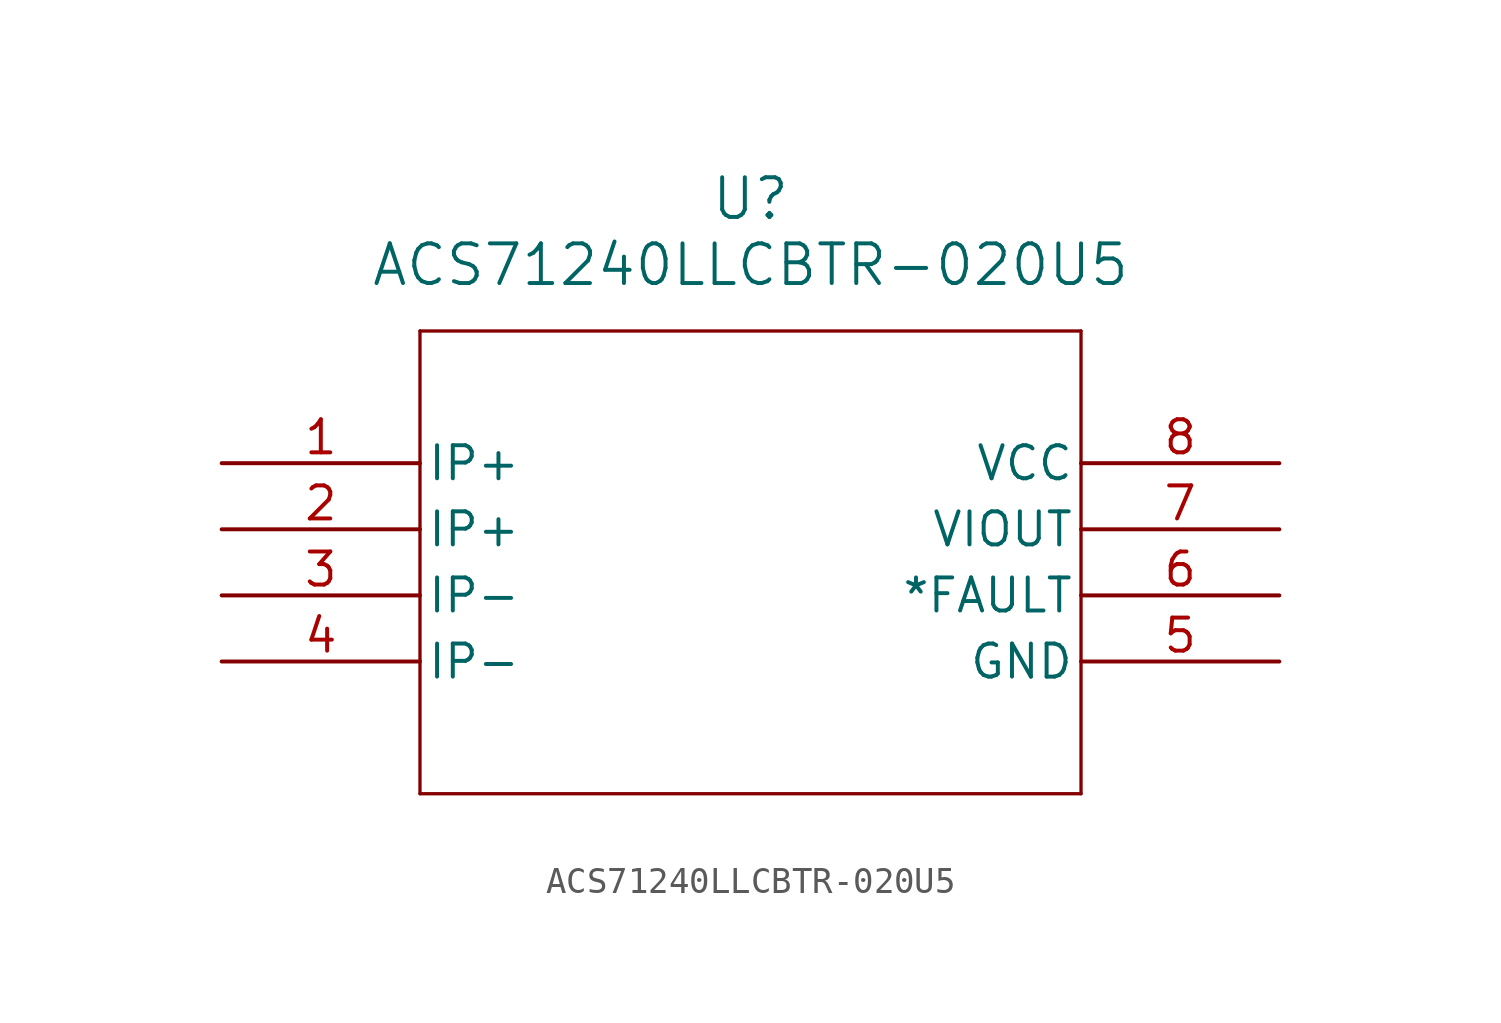
<source format=kicad_sym>
(kicad_symbol_lib
  (version 20211014)
  (generator kicad_symbol_editor)
  (symbol "ACS71240LLCBTR-020U5"
    (pin_names
      (offset 0.254))
    (property "Reference" "U"
      (at 20.32 10.16 0)
      (effects (font (size 1.524 1.524))))
    (property "Value" "ACS71240LLCBTR-020U5"
      (at 20.32 7.62 0)
      (effects (font (size 1.524 1.524))))
    (symbol "ACS71240LLCBTR-020U5_0_1"
      (polyline (pts (xy 7.62 5.08) (xy 7.62 -12.7)) (stroke (width 0.127) (type default) (color 0 0 0 0)) (fill (type none)))
      (polyline (pts (xy 7.62 -12.7) (xy 33.02 -12.7)) (stroke (width 0.127) (type default) (color 0 0 0 0)) (fill (type none)))
      (polyline (pts (xy 33.02 -12.7) (xy 33.02 5.08)) (stroke (width 0.127) (type default) (color 0 0 0 0)) (fill (type none)))
      (polyline (pts (xy 33.02 5.08) (xy 7.62 5.08)) (stroke (width 0.127) (type default) (color 0 0 0 0)) (fill (type none)))
      (pin unspecified line (at 0 0 0) (length 7.62) (name "IP+" (effects (font (size 1.27 1.27)))) (number "1" (effects (font (size 1.27 1.27)))))
      (pin unspecified line (at 0 -2.54 0) (length 7.62) (name "IP+" (effects (font (size 1.27 1.27)))) (number "2" (effects (font (size 1.27 1.27)))))
      (pin unspecified line (at 0 -5.08 0) (length 7.62) (name "IP-" (effects (font (size 1.27 1.27)))) (number "3" (effects (font (size 1.27 1.27)))))
      (pin unspecified line (at 0 -7.62 0) (length 7.62) (name "IP-" (effects (font (size 1.27 1.27)))) (number "4" (effects (font (size 1.27 1.27)))))
      (pin power_out line (at 40.64 -7.62 180) (length 7.62) (name "GND" (effects (font (size 1.27 1.27)))) (number "5" (effects (font (size 1.27 1.27)))))
      (pin output line (at 40.64 -5.08 180) (length 7.62) (name "*FAULT" (effects (font (size 1.27 1.27)))) (number "6" (effects (font (size 1.27 1.27)))))
      (pin unspecified line (at 40.64 -2.54 180) (length 7.62) (name "VIOUT" (effects (font (size 1.27 1.27)))) (number "7" (effects (font (size 1.27 1.27)))))
      (pin power_in line (at 40.64 0 180) (length 7.62) (name "VCC" (effects (font (size 1.27 1.27)))) (number "8" (effects (font (size 1.27 1.27))))))))
</source>
